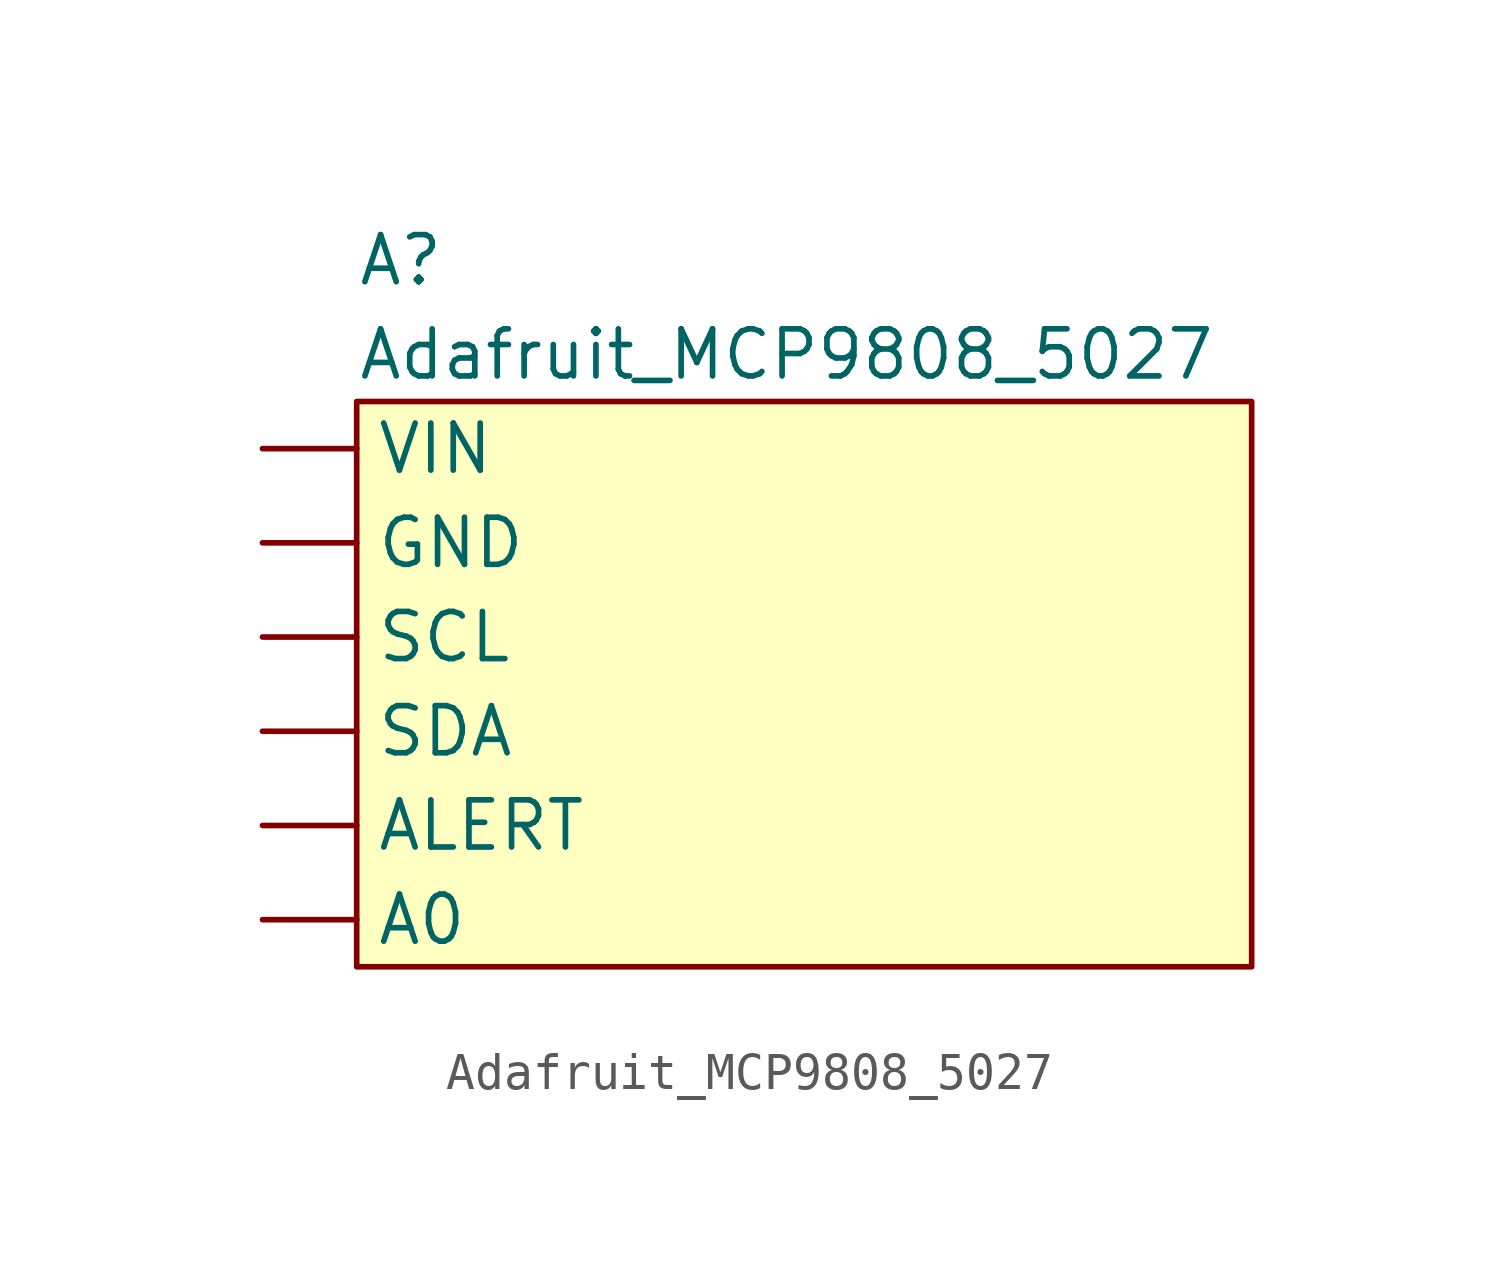
<source format=kicad_sym>
(kicad_symbol_lib
  (version 20211014)
  (generator kicad_symbol_editor)
  (symbol "Adafruit_MCP9808_5027"
    (property "Reference" "A"
      (at 0 3.81 0)
      (effects (font (size 1.27 1.27)) (justify left)))
    (property "Value" "Adafruit_MCP9808_5027"
      (at 0 1.27 0)
      (effects (font (size 1.27 1.27)) (justify left)))
    (symbol "Adafruit_MCP9808_5027_0_1"
      (rectangle (start 0 0) (end 24.13 -15.24) (stroke (width 0) (type default) (color 0 0 0 0)) (fill (type background))))
    (symbol "Adafruit_MCP9808_5027_1_1"
      (pin input line (at -2.54 -13.97 0) (length 2.54) (name "A0" (effects (font (size 1.27 1.27)))) (number "" (effects (font (size 1.27 1.27)))))
      (pin input line (at -2.54 -11.43 0) (length 2.54) (name "ALERT" (effects (font (size 1.27 1.27)))) (number "" (effects (font (size 1.27 1.27)))))
      (pin input line (at -2.54 -3.81 0) (length 2.54) (name "GND" (effects (font (size 1.27 1.27)))) (number "" (effects (font (size 1.27 1.27)))))
      (pin input line (at -2.54 -6.35 0) (length 2.54) (name "SCL" (effects (font (size 1.27 1.27)))) (number "" (effects (font (size 1.27 1.27)))))
      (pin input line (at -2.54 -8.89 0) (length 2.54) (name "SDA" (effects (font (size 1.27 1.27)))) (number "" (effects (font (size 1.27 1.27)))))
      (pin input line (at -2.54 -1.27 0) (length 2.54) (name "VIN" (effects (font (size 1.27 1.27)))) (number "" (effects (font (size 1.27 1.27))))))))
</source>
